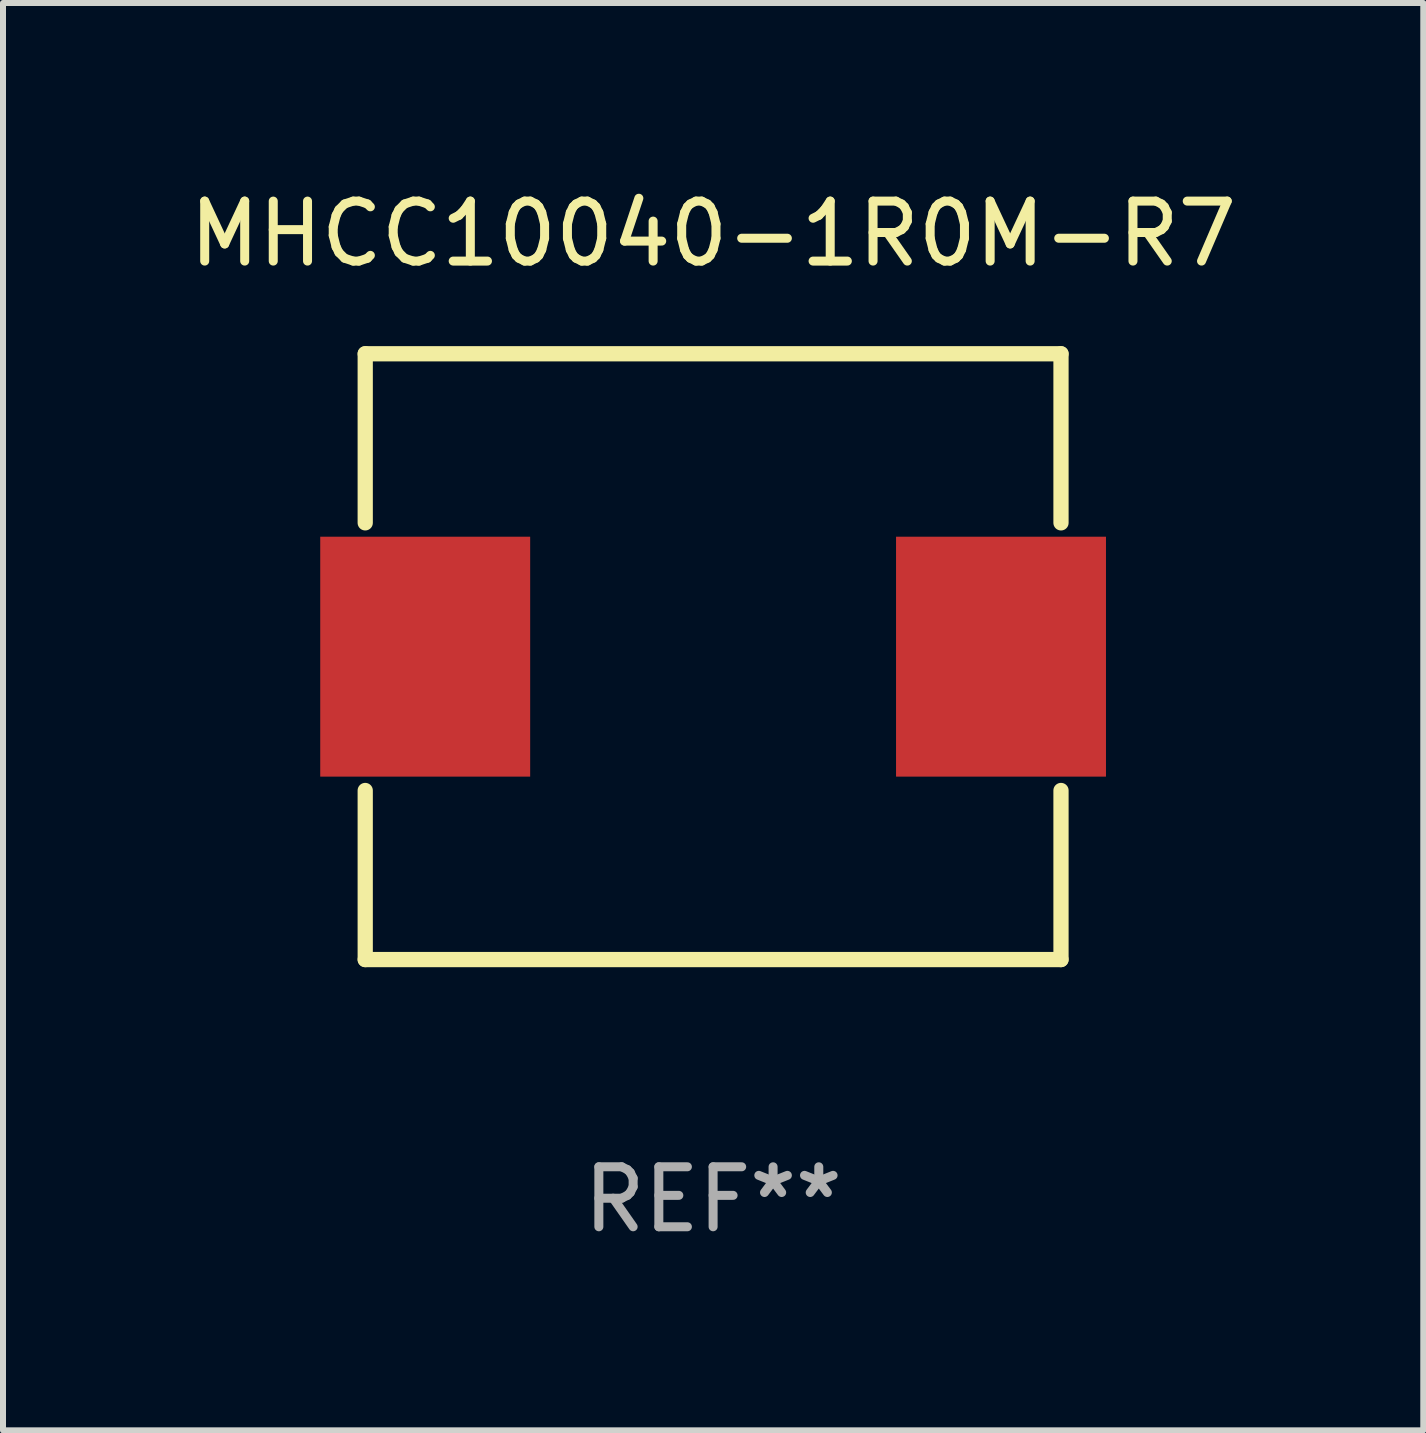
<source format=kicad_pcb>
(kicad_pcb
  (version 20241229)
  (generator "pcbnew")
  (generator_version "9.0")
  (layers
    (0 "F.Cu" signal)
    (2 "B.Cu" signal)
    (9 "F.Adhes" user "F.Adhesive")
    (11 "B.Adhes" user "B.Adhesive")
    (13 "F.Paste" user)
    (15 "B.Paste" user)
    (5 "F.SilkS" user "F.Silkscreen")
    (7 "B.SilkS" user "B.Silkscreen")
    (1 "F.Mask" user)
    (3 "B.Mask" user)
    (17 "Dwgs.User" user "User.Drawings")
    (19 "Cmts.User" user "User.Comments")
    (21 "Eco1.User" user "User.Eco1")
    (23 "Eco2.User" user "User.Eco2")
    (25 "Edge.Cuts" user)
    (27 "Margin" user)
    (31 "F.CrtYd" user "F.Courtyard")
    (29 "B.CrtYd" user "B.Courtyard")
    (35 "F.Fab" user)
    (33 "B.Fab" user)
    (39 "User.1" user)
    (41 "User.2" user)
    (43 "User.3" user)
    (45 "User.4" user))
  (footprint "MHCC10040-1R0M-R7"
    (layer "F.Cu")
    (at 8.839 7.898)
    (property "Reference" "MHCC10040-1R0M-R7" (at 0 -7.05 0) (layer "F.SilkS") (effects (font (size 1 1) (thickness 0.15))))
    (attr through_hole)
    (fp_line (start -5.8 -5.05) (end 5.8 -5.05) (stroke (width 0.254) (type solid)) (layer "F.SilkS"))
    (fp_line (start -5.8 -2.231) (end -5.8 -5.05) (stroke (width 0.254) (type solid)) (layer "F.SilkS"))
    (fp_line (start -5.8 5.05) (end -5.8 2.231) (stroke (width 0.254) (type solid)) (layer "F.SilkS"))
    (fp_line (start 5.8 -5.05) (end 5.8 -2.231) (stroke (width 0.254) (type solid)) (layer "F.SilkS"))
    (fp_line (start 5.8 2.231) (end 5.8 5.05) (stroke (width 0.254) (type solid)) (layer "F.SilkS"))
    (fp_line (start 5.8 5.05) (end -5.8 5.05) (stroke (width 0.254) (type solid)) (layer "F.SilkS"))
    (fp_circle (center -5.8 5.05) (end -5.77 5.05) (stroke (width 0.06) (type solid)) (fill no) (layer "F.SilkS"))
    (fp_text user "REF**" (at 0 9.05 0) (layer "F.Fab") (effects (font (size 1 1) (thickness 0.15))))
    (pad "1" smd rect (at -4.8 0) (size 3.5 4) (layers "F.Cu" "F.Mask" "F.Paste"))
    (pad "2" smd rect (at 4.8 0) (size 3.5 4) (layers "F.Cu" "F.Mask" "F.Paste")))
  (gr_rect
    (start -3 -3)
    (end 20.679 20.797)
    (stroke (width 0.1) (type default))
    (fill no)
    (layer "Edge.Cuts")))
</source>
